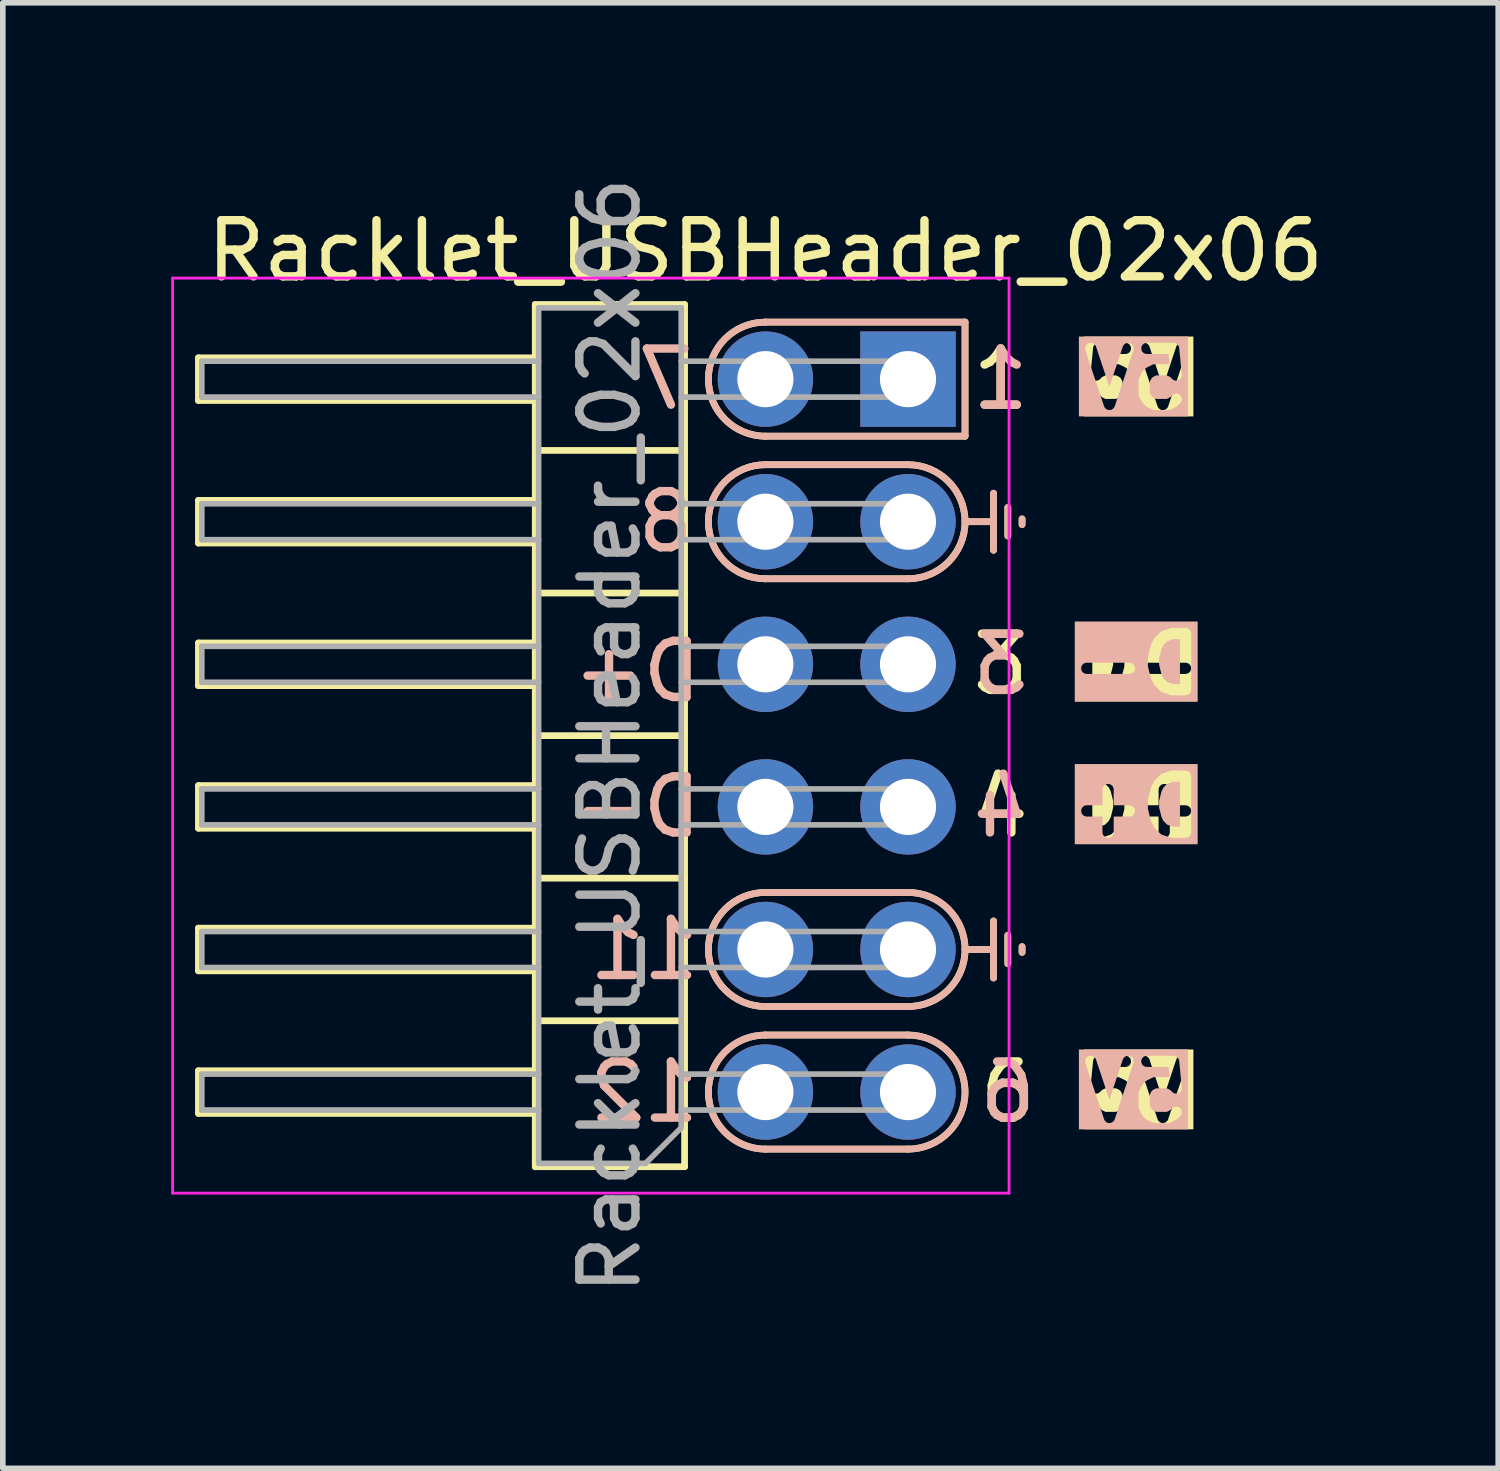
<source format=kicad_pcb>
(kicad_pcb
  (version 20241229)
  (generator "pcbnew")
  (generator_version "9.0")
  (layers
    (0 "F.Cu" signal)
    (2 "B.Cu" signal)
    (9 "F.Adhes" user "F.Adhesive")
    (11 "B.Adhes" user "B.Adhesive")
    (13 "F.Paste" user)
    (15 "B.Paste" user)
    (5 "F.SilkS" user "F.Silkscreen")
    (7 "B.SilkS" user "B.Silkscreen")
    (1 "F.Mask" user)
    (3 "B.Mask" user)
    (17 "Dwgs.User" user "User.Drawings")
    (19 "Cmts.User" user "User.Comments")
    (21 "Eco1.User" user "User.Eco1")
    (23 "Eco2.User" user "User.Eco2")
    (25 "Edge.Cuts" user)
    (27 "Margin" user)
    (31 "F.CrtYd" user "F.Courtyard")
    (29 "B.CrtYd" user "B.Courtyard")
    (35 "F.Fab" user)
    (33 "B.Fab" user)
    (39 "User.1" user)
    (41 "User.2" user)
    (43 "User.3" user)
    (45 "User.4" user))
  (footprint "Racklet_USBHeader_02x06"
    (layer "F.Cu")
    (at 13.125 3.704)
    (property "Reference" "Racklet_USBHeader_02x06" (at -2.54 -2.286 180) (layer "F.SilkS") (effects (font (size 1 1) (thickness 0.15))))
    (attr through_hole)
    (fp_line (start -12.64 -0.38) (end -6.64 -0.38) (stroke (width 0.12) (type solid)) (layer "F.SilkS"))
    (fp_line (start -12.64 0.38) (end -12.64 -0.38) (stroke (width 0.12) (type solid)) (layer "F.SilkS"))
    (fp_line (start -12.64 2.16) (end -6.64 2.16) (stroke (width 0.12) (type solid)) (layer "F.SilkS"))
    (fp_line (start -12.64 2.92) (end -12.64 2.16) (stroke (width 0.12) (type solid)) (layer "F.SilkS"))
    (fp_line (start -12.64 4.7) (end -6.64 4.7) (stroke (width 0.12) (type solid)) (layer "F.SilkS"))
    (fp_line (start -12.64 5.46) (end -12.64 4.7) (stroke (width 0.12) (type solid)) (layer "F.SilkS"))
    (fp_line (start -12.64 7.24) (end -6.64 7.24) (stroke (width 0.12) (type solid)) (layer "F.SilkS"))
    (fp_line (start -12.64 8) (end -12.64 7.24) (stroke (width 0.12) (type solid)) (layer "F.SilkS"))
    (fp_line (start -12.64 9.78) (end -6.64 9.78) (stroke (width 0.12) (type solid)) (layer "F.SilkS"))
    (fp_line (start -12.64 10.54) (end -12.64 9.78) (stroke (width 0.12) (type solid)) (layer "F.SilkS"))
    (fp_line (start -12.64 12.32) (end -6.64 12.32) (stroke (width 0.12) (type solid)) (layer "F.SilkS"))
    (fp_line (start -12.64 13.08) (end -12.64 12.32) (stroke (width 0.12) (type solid)) (layer "F.SilkS"))
    (fp_line (start -6.64 -1.33) (end -6.64 14.03) (stroke (width 0.12) (type solid)) (layer "F.SilkS"))
    (fp_line (start -6.64 0.38) (end -12.64 0.38) (stroke (width 0.12) (type solid)) (layer "F.SilkS"))
    (fp_line (start -6.64 2.92) (end -12.64 2.92) (stroke (width 0.12) (type solid)) (layer "F.SilkS"))
    (fp_line (start -6.64 5.46) (end -12.64 5.46) (stroke (width 0.12) (type solid)) (layer "F.SilkS"))
    (fp_line (start -6.64 8) (end -12.64 8) (stroke (width 0.12) (type solid)) (layer "F.SilkS"))
    (fp_line (start -6.64 10.54) (end -12.64 10.54) (stroke (width 0.12) (type solid)) (layer "F.SilkS"))
    (fp_line (start -6.64 13.08) (end -12.64 13.08) (stroke (width 0.12) (type solid)) (layer "F.SilkS"))
    (fp_line (start -6.64 14.03) (end -3.98 14.03) (stroke (width 0.12) (type solid)) (layer "F.SilkS"))
    (fp_line (start -3.98 -1.33) (end -6.64 -1.33) (stroke (width 0.12) (type solid)) (layer "F.SilkS"))
    (fp_line (start -3.98 1.27) (end -6.64 1.27) (stroke (width 0.12) (type solid)) (layer "F.SilkS"))
    (fp_line (start -3.98 3.81) (end -6.64 3.81) (stroke (width 0.12) (type solid)) (layer "F.SilkS"))
    (fp_line (start -3.98 6.35) (end -6.64 6.35) (stroke (width 0.12) (type solid)) (layer "F.SilkS"))
    (fp_line (start -3.98 8.89) (end -6.64 8.89) (stroke (width 0.12) (type solid)) (layer "F.SilkS"))
    (fp_line (start -3.98 11.43) (end -6.64 11.43) (stroke (width 0.12) (type solid)) (layer "F.SilkS"))
    (fp_line (start -3.98 14.03) (end -3.98 -1.33) (stroke (width 0.12) (type solid)) (layer "F.SilkS"))
    (fp_line (start -2.54 -1.016) (end 1.016 -1.016) (stroke (width 0.12) (type solid)) (layer "F.SilkS"))
    (fp_line (start -2.54 1.524) (end 0 1.524) (stroke (width 0.12) (type solid)) (layer "F.SilkS"))
    (fp_line (start -2.54 3.556) (end 0 3.556) (stroke (width 0.12) (type solid)) (layer "F.SilkS"))
    (fp_line (start -2.54 9.144) (end 0 9.144) (stroke (width 0.12) (type solid)) (layer "F.SilkS"))
    (fp_line (start -2.54 11.176) (end 0 11.176) (stroke (width 0.12) (type solid)) (layer "F.SilkS"))
    (fp_line (start -2.54 11.684) (end 0 11.684) (stroke (width 0.12) (type solid)) (layer "F.SilkS"))
    (fp_line (start -2.54 13.716) (end 0 13.716) (stroke (width 0.12) (type solid)) (layer "F.SilkS"))
    (fp_line (start 1.016 -1.016) (end 1.016 1.016) (stroke (width 0.12) (type default)) (layer "F.SilkS"))
    (fp_line (start 1.016 1.016) (end -2.54 1.016) (stroke (width 0.12) (type solid)) (layer "F.SilkS"))
    (fp_line (start 1.016 2.54) (end 1.524 2.54) (stroke (width 0.12) (type solid)) (layer "F.SilkS"))
    (fp_line (start 1.016 10.16) (end 1.524 10.16) (stroke (width 0.12) (type solid)) (layer "F.SilkS"))
    (fp_line (start 1.524 2.032) (end 1.524 3.048) (stroke (width 0.12) (type solid)) (layer "F.SilkS"))
    (fp_line (start 1.524 9.652) (end 1.524 10.668) (stroke (width 0.12) (type solid)) (layer "F.SilkS"))
    (fp_line (start 1.778 2.286) (end 1.778 2.794) (stroke (width 0.12) (type solid)) (layer "F.SilkS"))
    (fp_line (start 1.778 9.906) (end 1.778 10.414) (stroke (width 0.12) (type solid)) (layer "F.SilkS"))
    (fp_line (start 2.032 2.489) (end 2.032 2.591) (stroke (width 0.12) (type solid)) (layer "F.SilkS"))
    (fp_line (start 2.032 10.109) (end 2.032 10.211) (stroke (width 0.12) (type solid)) (layer "F.SilkS"))
    (fp_arc (start -2.54 1.016) (mid -3.556 0) (end -2.54 -1.016) (stroke (width 0.12) (type solid)) (layer "F.SilkS"))
    (fp_arc (start -2.54 3.556) (mid -3.556 2.54) (end -2.54 1.524) (stroke (width 0.12) (type solid)) (layer "F.SilkS"))
    (fp_arc (start -2.54 11.176) (mid -3.556 10.16) (end -2.54 9.144) (stroke (width 0.12) (type solid)) (layer "F.SilkS"))
    (fp_arc (start -2.54 13.716) (mid -3.556 12.7) (end -2.54 11.684) (stroke (width 0.12) (type solid)) (layer "F.SilkS"))
    (fp_arc (start 0 1.524) (mid 1.016 2.54) (end 0 3.556) (stroke (width 0.12) (type solid)) (layer "F.SilkS"))
    (fp_arc (start 0 9.144) (mid 1.016 10.16) (end 0 11.176) (stroke (width 0.12) (type solid)) (layer "F.SilkS"))
    (fp_arc (start 0 11.684) (mid 1.016 12.7) (end 0 13.716) (stroke (width 0.12) (type solid)) (layer "F.SilkS"))
    (fp_line (start -2.54 1.016) (end 1.016 1.016) (stroke (width 0.12) (type solid)) (layer "B.SilkS"))
    (fp_line (start -2.54 13.716) (end 0 13.716) (stroke (width 0.12) (type solid)) (layer "B.SilkS"))
    (fp_line (start 0 1.524) (end -2.54 1.524) (stroke (width 0.12) (type solid)) (layer "B.SilkS"))
    (fp_line (start 0 3.556) (end -2.54 3.556) (stroke (width 0.12) (type solid)) (layer "B.SilkS"))
    (fp_line (start 0 9.144) (end -2.54 9.144) (stroke (width 0.12) (type solid)) (layer "B.SilkS"))
    (fp_line (start 0 11.176) (end -2.54 11.176) (stroke (width 0.12) (type solid)) (layer "B.SilkS"))
    (fp_line (start 0 11.684) (end -2.54 11.684) (stroke (width 0.12) (type solid)) (layer "B.SilkS"))
    (fp_line (start 1.016 -1.016) (end -2.54 -1.016) (stroke (width 0.12) (type solid)) (layer "B.SilkS"))
    (fp_line (start 1.016 1.016) (end 1.016 -1.016) (stroke (width 0.12) (type default)) (layer "B.SilkS"))
    (fp_line (start 1.016 2.54) (end 1.524 2.54) (stroke (width 0.12) (type solid)) (layer "B.SilkS"))
    (fp_line (start 1.016 10.16) (end 1.524 10.16) (stroke (width 0.12) (type solid)) (layer "B.SilkS"))
    (fp_line (start 1.524 3.048) (end 1.524 2.032) (stroke (width 0.12) (type solid)) (layer "B.SilkS"))
    (fp_line (start 1.524 10.668) (end 1.524 9.652) (stroke (width 0.12) (type solid)) (layer "B.SilkS"))
    (fp_line (start 1.778 2.794) (end 1.778 2.286) (stroke (width 0.12) (type solid)) (layer "B.SilkS"))
    (fp_line (start 1.778 10.414) (end 1.778 9.906) (stroke (width 0.12) (type solid)) (layer "B.SilkS"))
    (fp_line (start 2.032 2.591) (end 2.032 2.489) (stroke (width 0.12) (type solid)) (layer "B.SilkS"))
    (fp_line (start 2.032 10.211) (end 2.032 10.109) (stroke (width 0.12) (type solid)) (layer "B.SilkS"))
    (fp_arc (start -2.54 1.016) (mid -3.556 0) (end -2.54 -1.016) (stroke (width 0.12) (type solid)) (layer "B.SilkS"))
    (fp_arc (start -2.54 3.556) (mid -3.556 2.54) (end -2.54 1.524) (stroke (width 0.12) (type solid)) (layer "B.SilkS"))
    (fp_arc (start -2.54 11.176) (mid -3.556 10.16) (end -2.54 9.144) (stroke (width 0.12) (type solid)) (layer "B.SilkS"))
    (fp_arc (start -2.54 13.716) (mid -3.556 12.7) (end -2.54 11.684) (stroke (width 0.12) (type solid)) (layer "B.SilkS"))
    (fp_arc (start 0 1.524) (mid 1.016 2.54) (end 0 3.556) (stroke (width 0.12) (type solid)) (layer "B.SilkS"))
    (fp_arc (start 0 9.144) (mid 1.016 10.16) (end 0 11.176) (stroke (width 0.12) (type solid)) (layer "B.SilkS"))
    (fp_arc (start 0 11.684) (mid 1.016 12.7) (end 0 13.716) (stroke (width 0.12) (type solid)) (layer "B.SilkS"))
    (fp_line (start -13.1 -1.8) (end -13.1 14.5) (stroke (width 0.05) (type solid)) (layer "F.CrtYd"))
    (fp_line (start -13.1 14.5) (end 1.8 14.5) (stroke (width 0.05) (type solid)) (layer "F.CrtYd"))
    (fp_line (start 1.8 -1.8) (end -13.1 -1.8) (stroke (width 0.05) (type solid)) (layer "F.CrtYd"))
    (fp_line (start 1.8 14.5) (end 1.8 -1.8) (stroke (width 0.05) (type solid)) (layer "F.CrtYd"))
    (fp_line (start -12.58 0.32) (end -12.58 -0.32) (stroke (width 0.1) (type solid)) (layer "F.Fab"))
    (fp_line (start -12.58 2.86) (end -12.58 2.22) (stroke (width 0.1) (type solid)) (layer "F.Fab"))
    (fp_line (start -12.58 5.4) (end -12.58 4.76) (stroke (width 0.1) (type solid)) (layer "F.Fab"))
    (fp_line (start -12.58 7.94) (end -12.58 7.3) (stroke (width 0.1) (type solid)) (layer "F.Fab"))
    (fp_line (start -12.58 10.48) (end -12.58 9.84) (stroke (width 0.1) (type solid)) (layer "F.Fab"))
    (fp_line (start -12.58 13.02) (end -12.58 12.38) (stroke (width 0.1) (type solid)) (layer "F.Fab"))
    (fp_line (start -6.58 -1.27) (end -4.04 -1.27) (stroke (width 0.1) (type solid)) (layer "F.Fab"))
    (fp_line (start -6.58 -0.32) (end -12.58 -0.32) (stroke (width 0.1) (type solid)) (layer "F.Fab"))
    (fp_line (start -6.58 0.32) (end -12.58 0.32) (stroke (width 0.1) (type solid)) (layer "F.Fab"))
    (fp_line (start -6.58 2.22) (end -12.58 2.22) (stroke (width 0.1) (type solid)) (layer "F.Fab"))
    (fp_line (start -6.58 2.86) (end -12.58 2.86) (stroke (width 0.1) (type solid)) (layer "F.Fab"))
    (fp_line (start -6.58 4.76) (end -12.58 4.76) (stroke (width 0.1) (type solid)) (layer "F.Fab"))
    (fp_line (start -6.58 5.4) (end -12.58 5.4) (stroke (width 0.1) (type solid)) (layer "F.Fab"))
    (fp_line (start -6.58 7.3) (end -12.58 7.3) (stroke (width 0.1) (type solid)) (layer "F.Fab"))
    (fp_line (start -6.58 7.94) (end -12.58 7.94) (stroke (width 0.1) (type solid)) (layer "F.Fab"))
    (fp_line (start -6.58 9.84) (end -12.58 9.84) (stroke (width 0.1) (type solid)) (layer "F.Fab"))
    (fp_line (start -6.58 10.48) (end -12.58 10.48) (stroke (width 0.1) (type solid)) (layer "F.Fab"))
    (fp_line (start -6.58 12.38) (end -12.58 12.38) (stroke (width 0.1) (type solid)) (layer "F.Fab"))
    (fp_line (start -6.58 13.02) (end -12.58 13.02) (stroke (width 0.1) (type solid)) (layer "F.Fab"))
    (fp_line (start -6.58 13.97) (end -6.58 -1.27) (stroke (width 0.1) (type solid)) (layer "F.Fab"))
    (fp_line (start -4.675 13.97) (end -6.58 13.97) (stroke (width 0.1) (type solid)) (layer "F.Fab"))
    (fp_line (start -4.04 -1.27) (end -4.04 13.335) (stroke (width 0.1) (type solid)) (layer "F.Fab"))
    (fp_line (start -4.04 13.335) (end -4.675 13.97) (stroke (width 0.1) (type solid)) (layer "F.Fab"))
    (fp_line (start 0.32 -0.32) (end -4.04 -0.32) (stroke (width 0.1) (type solid)) (layer "F.Fab"))
    (fp_line (start 0.32 0.32) (end -4.04 0.32) (stroke (width 0.1) (type solid)) (layer "F.Fab"))
    (fp_line (start 0.32 0.32) (end 0.32 -0.32) (stroke (width 0.1) (type solid)) (layer "F.Fab"))
    (fp_line (start 0.32 2.22) (end -4.04 2.22) (stroke (width 0.1) (type solid)) (layer "F.Fab"))
    (fp_line (start 0.32 2.86) (end -4.04 2.86) (stroke (width 0.1) (type solid)) (layer "F.Fab"))
    (fp_line (start 0.32 2.86) (end 0.32 2.22) (stroke (width 0.1) (type solid)) (layer "F.Fab"))
    (fp_line (start 0.32 4.76) (end -4.04 4.76) (stroke (width 0.1) (type solid)) (layer "F.Fab"))
    (fp_line (start 0.32 5.4) (end -4.04 5.4) (stroke (width 0.1) (type solid)) (layer "F.Fab"))
    (fp_line (start 0.32 5.4) (end 0.32 4.76) (stroke (width 0.1) (type solid)) (layer "F.Fab"))
    (fp_line (start 0.32 7.3) (end -4.04 7.3) (stroke (width 0.1) (type solid)) (layer "F.Fab"))
    (fp_line (start 0.32 7.94) (end -4.04 7.94) (stroke (width 0.1) (type solid)) (layer "F.Fab"))
    (fp_line (start 0.32 7.94) (end 0.32 7.3) (stroke (width 0.1) (type solid)) (layer "F.Fab"))
    (fp_line (start 0.32 9.84) (end -4.04 9.84) (stroke (width 0.1) (type solid)) (layer "F.Fab"))
    (fp_line (start 0.32 10.48) (end -4.04 10.48) (stroke (width 0.1) (type solid)) (layer "F.Fab"))
    (fp_line (start 0.32 10.48) (end 0.32 9.84) (stroke (width 0.1) (type solid)) (layer "F.Fab"))
    (fp_line (start 0.32 12.38) (end -4.04 12.38) (stroke (width 0.1) (type solid)) (layer "F.Fab"))
    (fp_line (start 0.32 13.02) (end -4.04 13.02) (stroke (width 0.1) (type solid)) (layer "F.Fab"))
    (fp_line (start 0.32 13.02) (end 0.32 12.38) (stroke (width 0.1) (type solid)) (layer "F.Fab"))
    (fp_text user "3" (at 1.651 5.08 0) (unlocked yes) (layer "F.SilkS") (effects (font (size 1 1) (thickness 0.15))))
    (fp_text user "4" (at 1.651 7.62 0) (unlocked yes) (layer "F.SilkS") (effects (font (size 1 1) (thickness 0.15))))
    (fp_text user "6" (at 1.778 12.7 0) (unlocked yes) (layer "F.SilkS") (effects (font (size 1 1) (thickness 0.15))))
    (fp_text user "D+" (at 4.064 7.62 0) (unlocked yes) (layer "F.SilkS" knockout) (effects (font (size 1 1) (thickness 0.2) (bold yes))))
    (fp_text user "D-" (at 4.064 5.08 0) (unlocked yes) (layer "F.SilkS" knockout) (effects (font (size 1 1) (thickness 0.2) (bold yes))))
    (fp_text user "5V" (at 4.064 0 0) (unlocked yes) (layer "F.SilkS" knockout) (effects (font (size 1 1) (thickness 0.2) (bold yes))))
    (fp_text user "5V" (at 4.064 12.7 0) (unlocked yes) (layer "F.SilkS" knockout) (effects (font (size 1 1) (thickness 0.2) (bold yes))))
    (fp_text user "1" (at 1.651 0 0) (unlocked yes) (layer "F.SilkS") (effects (font (size 1 1) (thickness 0.15))))
    (fp_text user "6" (at 1.778 12.7 0) (unlocked yes) (layer "B.SilkS") (effects (font (size 1 1) (thickness 0.15)) (justify mirror)))
    (fp_text user "8" (at -4.318 2.54 0) (unlocked yes) (layer "B.SilkS") (effects (font (size 1 1) (thickness 0.15)) (justify mirror)))
    (fp_text user "5V" (at 4.064 12.7 0) (unlocked yes) (layer "B.SilkS" knockout) (effects (font (size 1 1) (thickness 0.2) (bold yes)) (justify mirror)))
    (fp_text user "D+" (at -4.826 5.207 0) (unlocked yes) (layer "B.SilkS") (effects (font (size 1 1) (thickness 0.15)) (justify mirror)))
    (fp_text user "11" (at -4.699 10.16 0) (unlocked yes) (layer "B.SilkS") (effects (font (size 1 1) (thickness 0.15)) (justify mirror)))
    (fp_text user "D+" (at 4.064 7.62 0) (unlocked yes) (layer "B.SilkS" knockout) (effects (font (size 1 1) (thickness 0.2) (bold yes)) (justify mirror)))
    (fp_text user "3" (at 1.651 5.08 0) (unlocked yes) (layer "B.SilkS") (effects (font (size 1 1) (thickness 0.15)) (justify mirror)))
    (fp_text user "1" (at 1.651 0 0) (unlocked yes) (layer "B.SilkS") (effects (font (size 1 1) (thickness 0.15)) (justify mirror)))
    (fp_text user "12" (at -4.699 12.7 0) (unlocked yes) (layer "B.SilkS") (effects (font (size 1 1) (thickness 0.15)) (justify mirror)))
    (fp_text user "7" (at -4.318 0 0) (unlocked yes) (layer "B.SilkS") (effects (font (size 1 1) (thickness 0.15)) (justify mirror)))
    (fp_text user "D-" (at -4.826 7.62 0) (unlocked yes) (layer "B.SilkS") (effects (font (size 1 1) (thickness 0.15)) (justify mirror)))
    (fp_text user "5V" (at 4.064 0 0) (unlocked yes) (layer "B.SilkS" knockout) (effects (font (size 1 1) (thickness 0.2) (bold yes)) (justify mirror)))
    (fp_text user "4" (at 1.651 7.62 0) (unlocked yes) (layer "B.SilkS") (effects (font (size 1 1) (thickness 0.15)) (justify mirror)))
    (fp_text user "D-" (at 4.064 5.08 0) (unlocked yes) (layer "B.SilkS" knockout) (effects (font (size 1 1) (thickness 0.2) (bold yes)) (justify mirror)))
    (fp_text user "${REFERENCE}" (at -5.31 6.35 270) (layer "F.Fab") (effects (font (size 1 1) (thickness 0.15))))
    (pad "1" thru_hole rect (at 0 0 180) (size 1.7 1.7) (drill 1) (layers "*.Cu" "*.Mask"))
    (pad "2" thru_hole oval (at 0 2.54 180) (size 1.7 1.7) (drill 1) (layers "*.Cu" "*.Mask"))
    (pad "3" thru_hole oval (at 0 5.08 180) (size 1.7 1.7) (drill 1) (layers "*.Cu" "*.Mask"))
    (pad "4" thru_hole oval (at 0 7.62 180) (size 1.7 1.7) (drill 1) (layers "*.Cu" "*.Mask"))
    (pad "5" thru_hole oval (at 0 10.16 180) (size 1.7 1.7) (drill 1) (layers "*.Cu" "*.Mask"))
    (pad "6" thru_hole oval (at 0 12.7 180) (size 1.7 1.7) (drill 1) (layers "*.Cu" "*.Mask"))
    (pad "7" thru_hole oval (at -2.54 0 180) (size 1.7 1.7) (drill 1) (layers "*.Cu" "*.Mask"))
    (pad "8" thru_hole oval (at -2.54 2.54 180) (size 1.7 1.7) (drill 1) (layers "*.Cu" "*.Mask"))
    (pad "9" thru_hole oval (at -2.54 5.08 180) (size 1.7 1.7) (drill 1) (layers "*.Cu" "*.Mask"))
    (pad "10" thru_hole oval (at -2.54 7.62 180) (size 1.7 1.7) (drill 1) (layers "*.Cu" "*.Mask"))
    (pad "11" thru_hole oval (at -2.54 10.16 180) (size 1.7 1.7) (drill 1) (layers "*.Cu" "*.Mask"))
    (pad "12" thru_hole oval (at -2.54 12.7 180) (size 1.7 1.7) (drill 1) (layers "*.Cu" "*.Mask")))
  (gr_rect
    (start -3 -3)
    (end 23.639 23.107)
    (stroke (width 0.1) (type default))
    (fill no)
    (layer "Edge.Cuts")))
</source>
